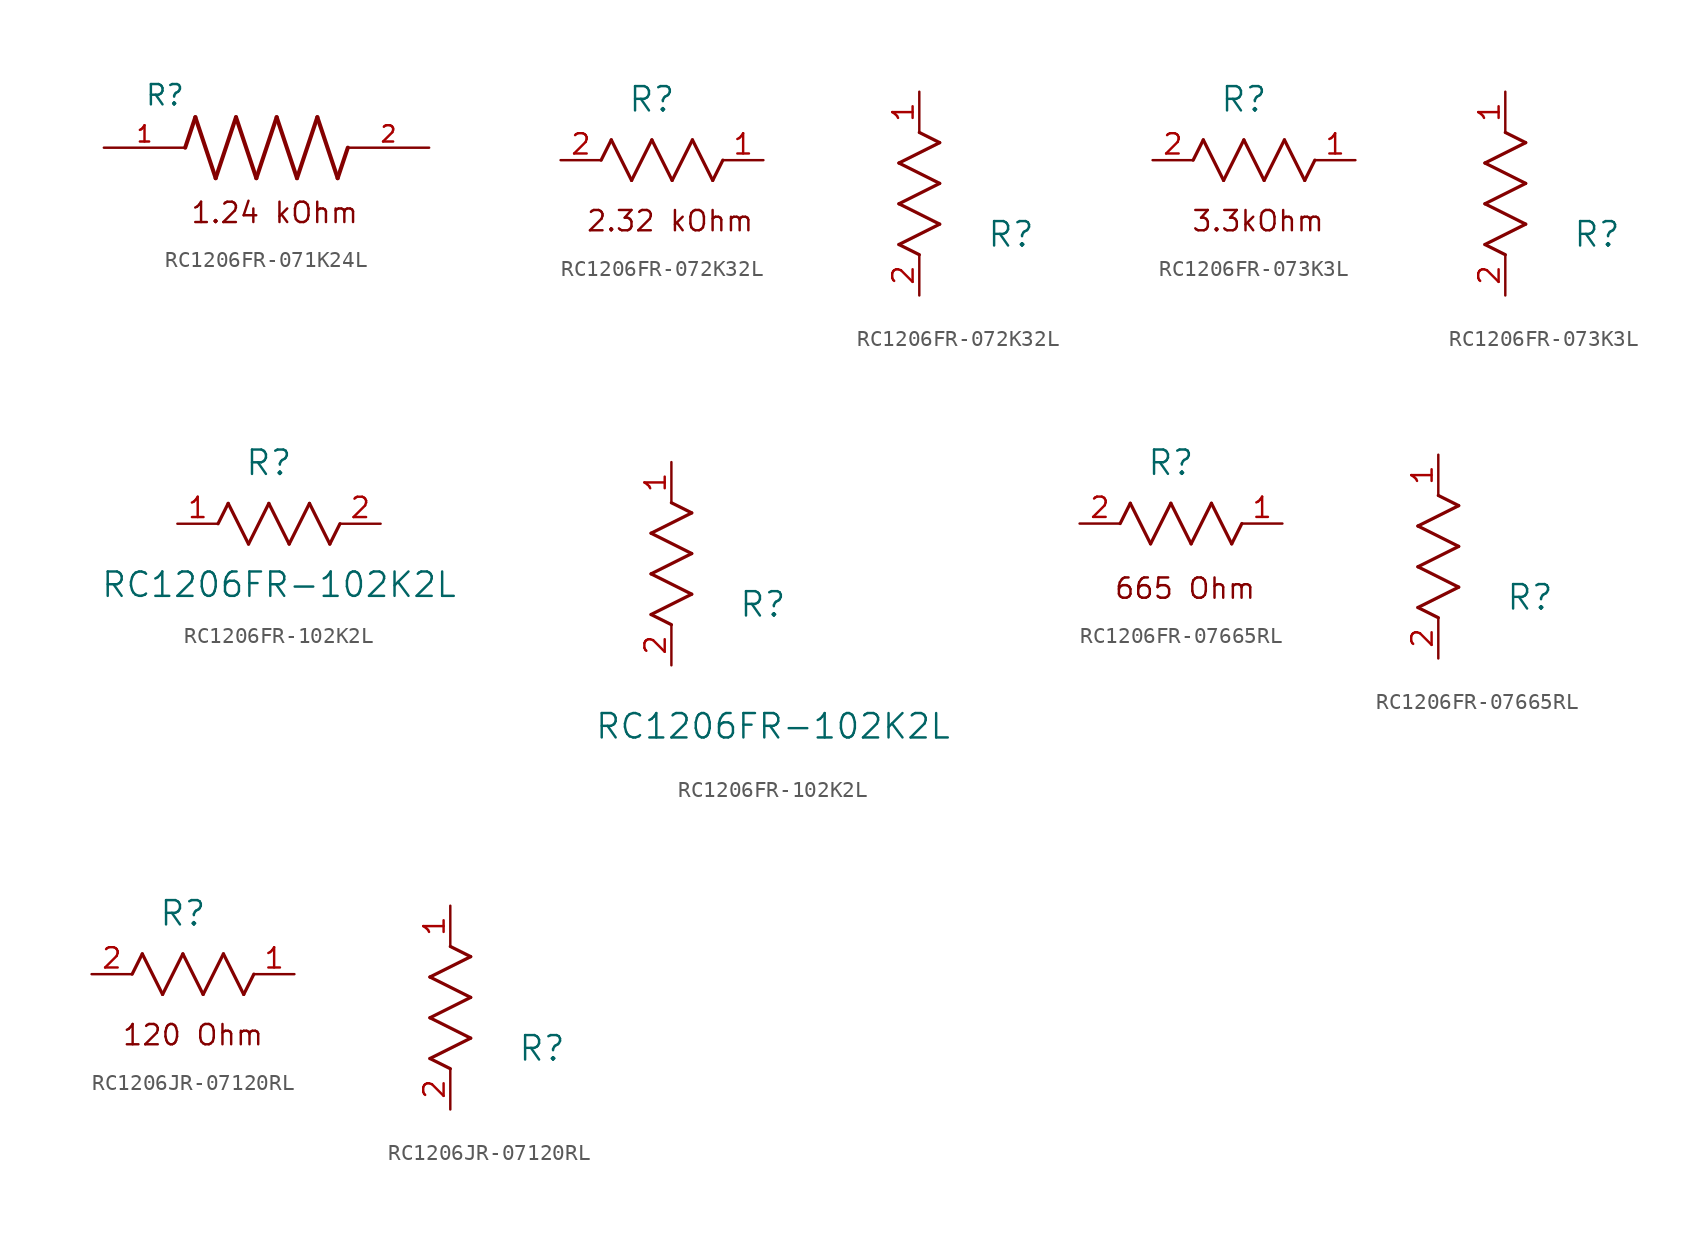
<source format=kicad_sym>
(kicad_symbol_lib
  (version 20241209)
  (generator "kicad_symbol_editor")
  (generator_version "9.0")
  (symbol "RC1206FR-071K24L"
    (pin_names
      (offset 1.016))
    (property "Reference" "R"
      (at -7.624 2.542 0)
      (effects (font (size 1.27 1.27)) (justify left bottom)))
    (symbol "RC1206FR-071K24L_0_0"
      (polyline (pts (xy -5.08 0) (xy -4.445 1.905)) (stroke (width 0.254) (type default)) (fill (type none)))
      (polyline (pts (xy -4.445 1.905) (xy -3.175 -1.905)) (stroke (width 0.254) (type default)) (fill (type none)))
      (polyline (pts (xy -3.175 -1.905) (xy -1.905 1.905)) (stroke (width 0.254) (type default)) (fill (type none)))
      (polyline (pts (xy -1.905 1.905) (xy -0.635 -1.905)) (stroke (width 0.254) (type default)) (fill (type none)))
      (polyline (pts (xy -0.635 -1.905) (xy 0.635 1.905)) (stroke (width 0.254) (type default)) (fill (type none)))
      (polyline (pts (xy 0.635 1.905) (xy 1.905 -1.905)) (stroke (width 0.254) (type default)) (fill (type none)))
      (polyline (pts (xy 1.905 -1.905) (xy 3.175 1.905)) (stroke (width 0.254) (type default)) (fill (type none)))
      (polyline (pts (xy 3.175 1.905) (xy 4.445 -1.905)) (stroke (width 0.254) (type default)) (fill (type none)))
      (polyline (pts (xy 4.445 -1.905) (xy 5.08 0)) (stroke (width 0.254) (type default)) (fill (type none)))
      (pin passive line (at -10.16 0 0) (length 5.08) (name "~" (effects (font (size 1.016 1.016)))) (number "1" (effects (font (size 1.016 1.016)))))
      (pin passive line (at 10.16 0 180) (length 5.08) (name "~" (effects (font (size 1.016 1.016)))) (number "2" (effects (font (size 1.016 1.016))))))
    (symbol "RC1206FR-071K24L_1_1"
      (text "1.24 kOhm\n" (at 0.508 -4.064 0) (effects (font (size 1.27 1.27))))))
  (symbol "RC1206FR-072K32L"
    (pin_names
      (offset 0.254))
    (property "Reference" "R"
      (at 5.715 3.81 0)
      (effects (font (size 1.524 1.524))))
    (property "ki_locked" ""
      (at 0 0 0)
      (effects (font (size 1.27 1.27))))
    (symbol "RC1206FR-072K32L_1_1"
      (polyline (pts (xy 2.54 0) (xy 3.175 1.27)) (stroke (width 0.203) (type default)) (fill (type none)))
      (polyline (pts (xy 3.175 1.27) (xy 4.445 -1.27)) (stroke (width 0.203) (type default)) (fill (type none)))
      (polyline (pts (xy 4.445 -1.27) (xy 5.715 1.27)) (stroke (width 0.203) (type default)) (fill (type none)))
      (polyline (pts (xy 5.715 1.27) (xy 6.985 -1.27)) (stroke (width 0.203) (type default)) (fill (type none)))
      (polyline (pts (xy 6.985 -1.27) (xy 8.255 1.27)) (stroke (width 0.203) (type default)) (fill (type none)))
      (polyline (pts (xy 8.255 1.27) (xy 9.525 -1.27)) (stroke (width 0.203) (type default)) (fill (type none)))
      (polyline (pts (xy 9.525 -1.27) (xy 10.16 0)) (stroke (width 0.203) (type default)) (fill (type none)))
      (text "2.32 kOhm" (at 6.858 -3.81 0) (effects (font (size 1.27 1.27))))
      (pin unspecified line (at 0 0 0) (length 2.54) (name "" (effects (font (size 1.27 1.27)))) (number "2" (effects (font (size 1.27 1.27)))))
      (pin unspecified line (at 12.7 0 180) (length 2.54) (name "" (effects (font (size 1.27 1.27)))) (number "1" (effects (font (size 1.27 1.27))))))
    (symbol "RC1206FR-072K32L_1_2"
      (polyline (pts (xy -1.27 8.255) (xy 1.27 9.525)) (stroke (width 0.203) (type default)) (fill (type none)))
      (polyline (pts (xy -1.27 5.715) (xy 1.27 6.985)) (stroke (width 0.203) (type default)) (fill (type none)))
      (polyline (pts (xy -1.27 3.175) (xy 1.27 4.445)) (stroke (width 0.203) (type default)) (fill (type none)))
      (polyline (pts (xy 0 2.54) (xy -1.27 3.175)) (stroke (width 0.203) (type default)) (fill (type none)))
      (polyline (pts (xy 1.27 9.525) (xy 0 10.16)) (stroke (width 0.203) (type default)) (fill (type none)))
      (polyline (pts (xy 1.27 6.985) (xy -1.27 8.255)) (stroke (width 0.203) (type default)) (fill (type none)))
      (polyline (pts (xy 1.27 4.445) (xy -1.27 5.715)) (stroke (width 0.203) (type default)) (fill (type none)))
      (pin unspecified line (at 0 12.7 270) (length 2.54) (name "" (effects (font (size 1.27 1.27)))) (number "1" (effects (font (size 1.27 1.27)))))
      (pin unspecified line (at 0 0 90) (length 2.54) (name "" (effects (font (size 1.27 1.27)))) (number "2" (effects (font (size 1.27 1.27)))))))
  (symbol "RC1206FR-073K3L"
    (pin_names
      (offset 0.254))
    (property "Reference" "R"
      (at 5.715 3.81 0)
      (effects (font (size 1.524 1.524))))
    (symbol "RC1206FR-073K3L_1_1"
      (polyline (pts (xy 2.54 0) (xy 3.175 1.27)) (stroke (width 0.203) (type default)) (fill (type none)))
      (polyline (pts (xy 3.175 1.27) (xy 4.445 -1.27)) (stroke (width 0.203) (type default)) (fill (type none)))
      (polyline (pts (xy 4.445 -1.27) (xy 5.715 1.27)) (stroke (width 0.203) (type default)) (fill (type none)))
      (polyline (pts (xy 5.715 1.27) (xy 6.985 -1.27)) (stroke (width 0.203) (type default)) (fill (type none)))
      (polyline (pts (xy 6.985 -1.27) (xy 8.255 1.27)) (stroke (width 0.203) (type default)) (fill (type none)))
      (polyline (pts (xy 8.255 1.27) (xy 9.525 -1.27)) (stroke (width 0.203) (type default)) (fill (type none)))
      (polyline (pts (xy 9.525 -1.27) (xy 10.16 0)) (stroke (width 0.203) (type default)) (fill (type none)))
      (text "3.3kOhm\n" (at 6.604 -3.81 0) (effects (font (size 1.27 1.27))))
      (pin unspecified line (at 0 0 0) (length 2.54) (name "" (effects (font (size 1.27 1.27)))) (number "2" (effects (font (size 1.27 1.27)))))
      (pin unspecified line (at 12.7 0 180) (length 2.54) (name "" (effects (font (size 1.27 1.27)))) (number "1" (effects (font (size 1.27 1.27))))))
    (symbol "RC1206FR-073K3L_1_2"
      (polyline (pts (xy -1.27 8.255) (xy 1.27 9.525)) (stroke (width 0.203) (type default)) (fill (type none)))
      (polyline (pts (xy -1.27 5.715) (xy 1.27 6.985)) (stroke (width 0.203) (type default)) (fill (type none)))
      (polyline (pts (xy -1.27 3.175) (xy 1.27 4.445)) (stroke (width 0.203) (type default)) (fill (type none)))
      (polyline (pts (xy 0 2.54) (xy -1.27 3.175)) (stroke (width 0.203) (type default)) (fill (type none)))
      (polyline (pts (xy 1.27 9.525) (xy 0 10.16)) (stroke (width 0.203) (type default)) (fill (type none)))
      (polyline (pts (xy 1.27 6.985) (xy -1.27 8.255)) (stroke (width 0.203) (type default)) (fill (type none)))
      (polyline (pts (xy 1.27 4.445) (xy -1.27 5.715)) (stroke (width 0.203) (type default)) (fill (type none)))
      (pin unspecified line (at 0 12.7 270) (length 2.54) (name "" (effects (font (size 1.27 1.27)))) (number "1" (effects (font (size 1.27 1.27)))))
      (pin unspecified line (at 0 0 90) (length 2.54) (name "" (effects (font (size 1.27 1.27)))) (number "2" (effects (font (size 1.27 1.27)))))))
  (symbol "RC1206FR-102K2L"
    (pin_names
      (offset 0.254))
    (property "Reference" "R"
      (at 5.715 3.81 0)
      (effects (font (size 1.524 1.524))))
    (property "Value" "RC1206FR-102K2L"
      (at 6.35 -3.81 0)
      (effects (font (size 1.524 1.524))))
    (property "ki_locked" ""
      (at 0 0 0)
      (effects (font (size 1.27 1.27))))
    (symbol "RC1206FR-102K2L_1_1"
      (polyline (pts (xy 2.54 0) (xy 3.175 1.27)) (stroke (width 0.203) (type default)) (fill (type none)))
      (polyline (pts (xy 3.175 1.27) (xy 4.445 -1.27)) (stroke (width 0.203) (type default)) (fill (type none)))
      (polyline (pts (xy 4.445 -1.27) (xy 5.715 1.27)) (stroke (width 0.203) (type default)) (fill (type none)))
      (polyline (pts (xy 5.715 1.27) (xy 6.985 -1.27)) (stroke (width 0.203) (type default)) (fill (type none)))
      (polyline (pts (xy 6.985 -1.27) (xy 8.255 1.27)) (stroke (width 0.203) (type default)) (fill (type none)))
      (polyline (pts (xy 8.255 1.27) (xy 9.525 -1.27)) (stroke (width 0.203) (type default)) (fill (type none)))
      (polyline (pts (xy 9.525 -1.27) (xy 10.16 0)) (stroke (width 0.203) (type default)) (fill (type none)))
      (pin unspecified line (at 0 0 0) (length 2.54) (name "" (effects (font (size 1.27 1.27)))) (number "1" (effects (font (size 1.27 1.27)))))
      (pin unspecified line (at 12.7 0 180) (length 2.54) (name "" (effects (font (size 1.27 1.27)))) (number "2" (effects (font (size 1.27 1.27))))))
    (symbol "RC1206FR-102K2L_1_2"
      (polyline (pts (xy -1.27 8.255) (xy 1.27 9.525)) (stroke (width 0.203) (type default)) (fill (type none)))
      (polyline (pts (xy -1.27 5.715) (xy 1.27 6.985)) (stroke (width 0.203) (type default)) (fill (type none)))
      (polyline (pts (xy -1.27 3.175) (xy 1.27 4.445)) (stroke (width 0.203) (type default)) (fill (type none)))
      (polyline (pts (xy 0 2.54) (xy -1.27 3.175)) (stroke (width 0.203) (type default)) (fill (type none)))
      (polyline (pts (xy 1.27 9.525) (xy 0 10.16)) (stroke (width 0.203) (type default)) (fill (type none)))
      (polyline (pts (xy 1.27 6.985) (xy -1.27 8.255)) (stroke (width 0.203) (type default)) (fill (type none)))
      (polyline (pts (xy 1.27 4.445) (xy -1.27 5.715)) (stroke (width 0.203) (type default)) (fill (type none)))
      (pin unspecified line (at 0 12.7 270) (length 2.54) (name "" (effects (font (size 1.27 1.27)))) (number "1" (effects (font (size 1.27 1.27)))))
      (pin unspecified line (at 0 0 90) (length 2.54) (name "" (effects (font (size 1.27 1.27)))) (number "2" (effects (font (size 1.27 1.27)))))))
  (symbol "RC1206FR-07665RL"
    (pin_names
      (offset 0.254))
    (property "Reference" "R"
      (at 5.715 3.81 0)
      (effects (font (size 1.524 1.524))))
    (symbol "RC1206FR-07665RL_1_1"
      (polyline (pts (xy 2.54 0) (xy 3.175 1.27)) (stroke (width 0.203) (type default)) (fill (type none)))
      (polyline (pts (xy 3.175 1.27) (xy 4.445 -1.27)) (stroke (width 0.203) (type default)) (fill (type none)))
      (polyline (pts (xy 4.445 -1.27) (xy 5.715 1.27)) (stroke (width 0.203) (type default)) (fill (type none)))
      (polyline (pts (xy 5.715 1.27) (xy 6.985 -1.27)) (stroke (width 0.203) (type default)) (fill (type none)))
      (polyline (pts (xy 6.985 -1.27) (xy 8.255 1.27)) (stroke (width 0.203) (type default)) (fill (type none)))
      (polyline (pts (xy 8.255 1.27) (xy 9.525 -1.27)) (stroke (width 0.203) (type default)) (fill (type none)))
      (polyline (pts (xy 9.525 -1.27) (xy 10.16 0)) (stroke (width 0.203) (type default)) (fill (type none)))
      (text "665 Ohm" (at 6.604 -4.064 0) (effects (font (size 1.27 1.27))))
      (pin unspecified line (at 0 0 0) (length 2.54) (name "" (effects (font (size 1.27 1.27)))) (number "2" (effects (font (size 1.27 1.27)))))
      (pin unspecified line (at 12.7 0 180) (length 2.54) (name "" (effects (font (size 1.27 1.27)))) (number "1" (effects (font (size 1.27 1.27))))))
    (symbol "RC1206FR-07665RL_1_2"
      (polyline (pts (xy -1.27 8.255) (xy 1.27 9.525)) (stroke (width 0.203) (type default)) (fill (type none)))
      (polyline (pts (xy -1.27 5.715) (xy 1.27 6.985)) (stroke (width 0.203) (type default)) (fill (type none)))
      (polyline (pts (xy -1.27 3.175) (xy 1.27 4.445)) (stroke (width 0.203) (type default)) (fill (type none)))
      (polyline (pts (xy 0 2.54) (xy -1.27 3.175)) (stroke (width 0.203) (type default)) (fill (type none)))
      (polyline (pts (xy 1.27 9.525) (xy 0 10.16)) (stroke (width 0.203) (type default)) (fill (type none)))
      (polyline (pts (xy 1.27 6.985) (xy -1.27 8.255)) (stroke (width 0.203) (type default)) (fill (type none)))
      (polyline (pts (xy 1.27 4.445) (xy -1.27 5.715)) (stroke (width 0.203) (type default)) (fill (type none)))
      (pin unspecified line (at 0 12.7 270) (length 2.54) (name "" (effects (font (size 1.27 1.27)))) (number "1" (effects (font (size 1.27 1.27)))))
      (pin unspecified line (at 0 0 90) (length 2.54) (name "" (effects (font (size 1.27 1.27)))) (number "2" (effects (font (size 1.27 1.27)))))))
  (symbol "RC1206JR-07120RL"
    (pin_names
      (offset 0.254))
    (property "Reference" "R"
      (at 5.715 3.81 0)
      (effects (font (size 1.524 1.524))))
    (property "ki_locked" ""
      (at 0 0 0)
      (effects (font (size 1.27 1.27))))
    (symbol "RC1206JR-07120RL_1_1"
      (polyline (pts (xy 2.54 0) (xy 3.175 1.27)) (stroke (width 0.203) (type default)) (fill (type none)))
      (polyline (pts (xy 3.175 1.27) (xy 4.445 -1.27)) (stroke (width 0.203) (type default)) (fill (type none)))
      (polyline (pts (xy 4.445 -1.27) (xy 5.715 1.27)) (stroke (width 0.203) (type default)) (fill (type none)))
      (polyline (pts (xy 5.715 1.27) (xy 6.985 -1.27)) (stroke (width 0.203) (type default)) (fill (type none)))
      (polyline (pts (xy 6.985 -1.27) (xy 8.255 1.27)) (stroke (width 0.203) (type default)) (fill (type none)))
      (polyline (pts (xy 8.255 1.27) (xy 9.525 -1.27)) (stroke (width 0.203) (type default)) (fill (type none)))
      (polyline (pts (xy 9.525 -1.27) (xy 10.16 0)) (stroke (width 0.203) (type default)) (fill (type none)))
      (text "120 Ohm" (at 6.35 -3.81 0) (effects (font (size 1.27 1.27))))
      (pin unspecified line (at 0 0 0) (length 2.54) (name "" (effects (font (size 1.27 1.27)))) (number "2" (effects (font (size 1.27 1.27)))))
      (pin unspecified line (at 12.7 0 180) (length 2.54) (name "" (effects (font (size 1.27 1.27)))) (number "1" (effects (font (size 1.27 1.27))))))
    (symbol "RC1206JR-07120RL_1_2"
      (polyline (pts (xy -1.27 8.255) (xy 1.27 9.525)) (stroke (width 0.203) (type default)) (fill (type none)))
      (polyline (pts (xy -1.27 5.715) (xy 1.27 6.985)) (stroke (width 0.203) (type default)) (fill (type none)))
      (polyline (pts (xy -1.27 3.175) (xy 1.27 4.445)) (stroke (width 0.203) (type default)) (fill (type none)))
      (polyline (pts (xy 0 2.54) (xy -1.27 3.175)) (stroke (width 0.203) (type default)) (fill (type none)))
      (polyline (pts (xy 1.27 9.525) (xy 0 10.16)) (stroke (width 0.203) (type default)) (fill (type none)))
      (polyline (pts (xy 1.27 6.985) (xy -1.27 8.255)) (stroke (width 0.203) (type default)) (fill (type none)))
      (polyline (pts (xy 1.27 4.445) (xy -1.27 5.715)) (stroke (width 0.203) (type default)) (fill (type none)))
      (pin unspecified line (at 0 12.7 270) (length 2.54) (name "" (effects (font (size 1.27 1.27)))) (number "1" (effects (font (size 1.27 1.27)))))
      (pin unspecified line (at 0 0 90) (length 2.54) (name "" (effects (font (size 1.27 1.27)))) (number "2" (effects (font (size 1.27 1.27))))))))
</source>
